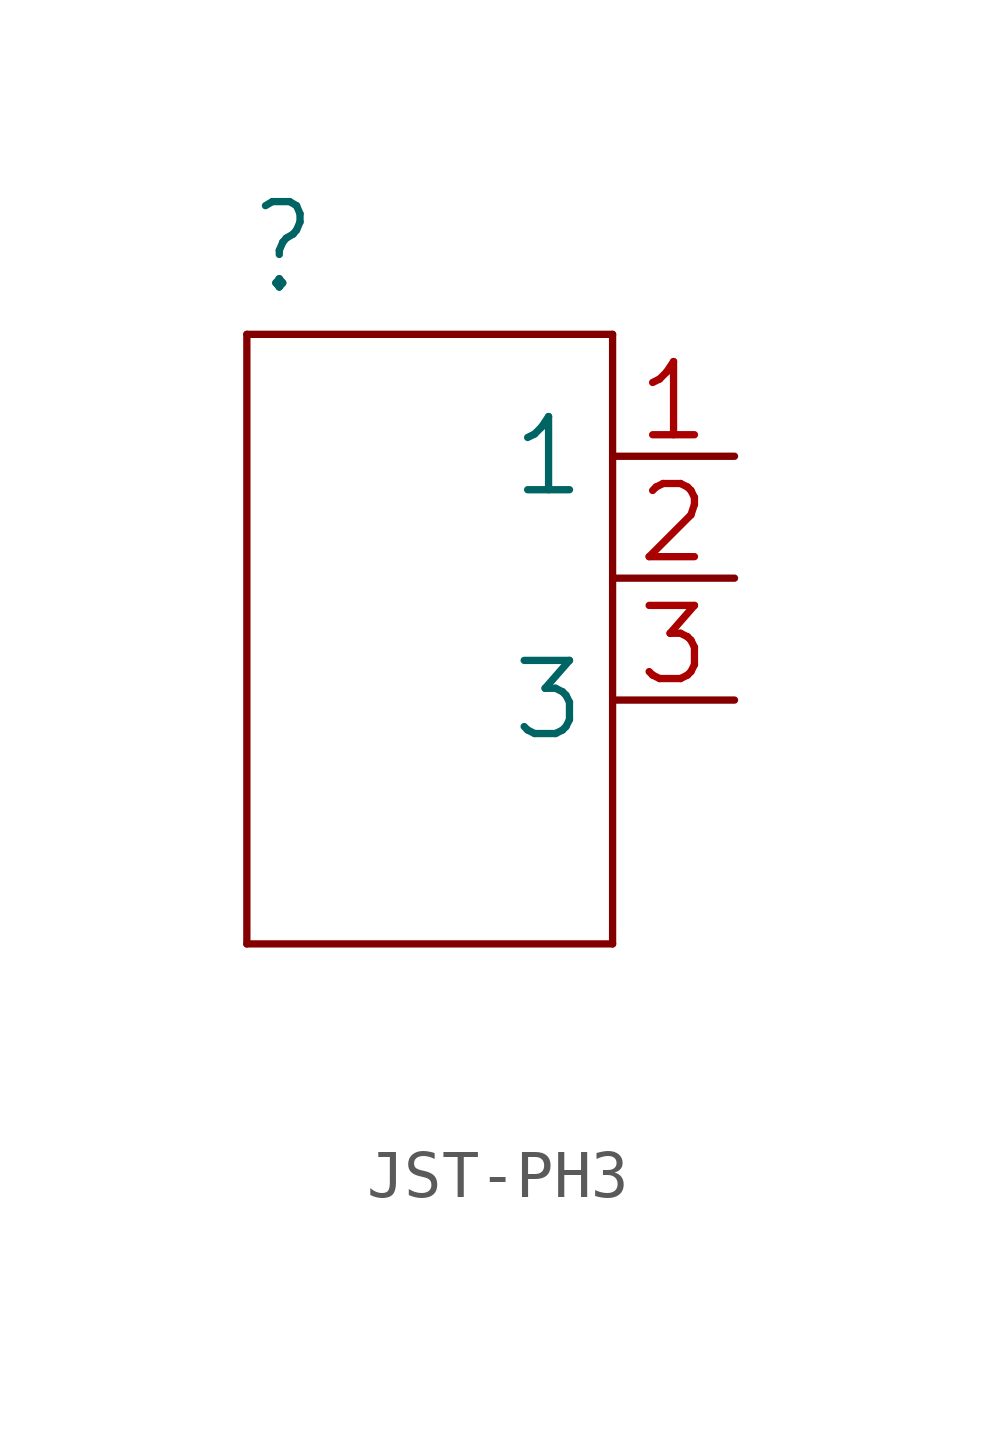
<source format=kicad_sym>
(kicad_symbol_lib
  (version 20241209)
  (generator "kicad_symbol_editor")
  (generator_version "9.0")
  (symbol "JST-PH3"
    (property "Reference" ""
      (at -5.08 5.842 0)
      (effects (font (size 1.778 1.511)) (justify left bottom)))
    (property "Value" ""
      (at -5.08 -9.906 0)
      (effects (font (size 1.778 1.511)) (justify left bottom)))
    (property "ki_locked" ""
      (at 0 0 0)
      (effects (font (size 1.27 1.27))))
    (symbol "JST-PH3_1_0"
      (polyline (pts (xy -5.08 5.08) (xy -5.08 -7.62)) (stroke (width 0.152) (type solid)) (fill (type none)))
      (polyline (pts (xy -5.08 -7.62) (xy 2.54 -7.62)) (stroke (width 0.152) (type solid)) (fill (type none)))
      (polyline (pts (xy 2.54 5.08) (xy -5.08 5.08)) (stroke (width 0.152) (type solid)) (fill (type none)))
      (polyline (pts (xy 2.54 -7.62) (xy 2.54 5.08)) (stroke (width 0.152) (type solid)) (fill (type none)))
      (pin passive line (at 5.08 2.54 180) (length 2.54) (name "1" (effects (font (size 1.524 1.524)))) (number "1" (effects (font (size 1.524 1.524)))))
      (pin passive line (at 5.08 0 180) (length 2.54) (name "2" (effects (font (size 0 0)))) (number "2" (effects (font (size 1.524 1.524)))))
      (pin passive line (at 5.08 -2.54 180) (length 2.54) (name "3" (effects (font (size 1.524 1.524)))) (number "3" (effects (font (size 1.524 1.524))))))))
</source>
